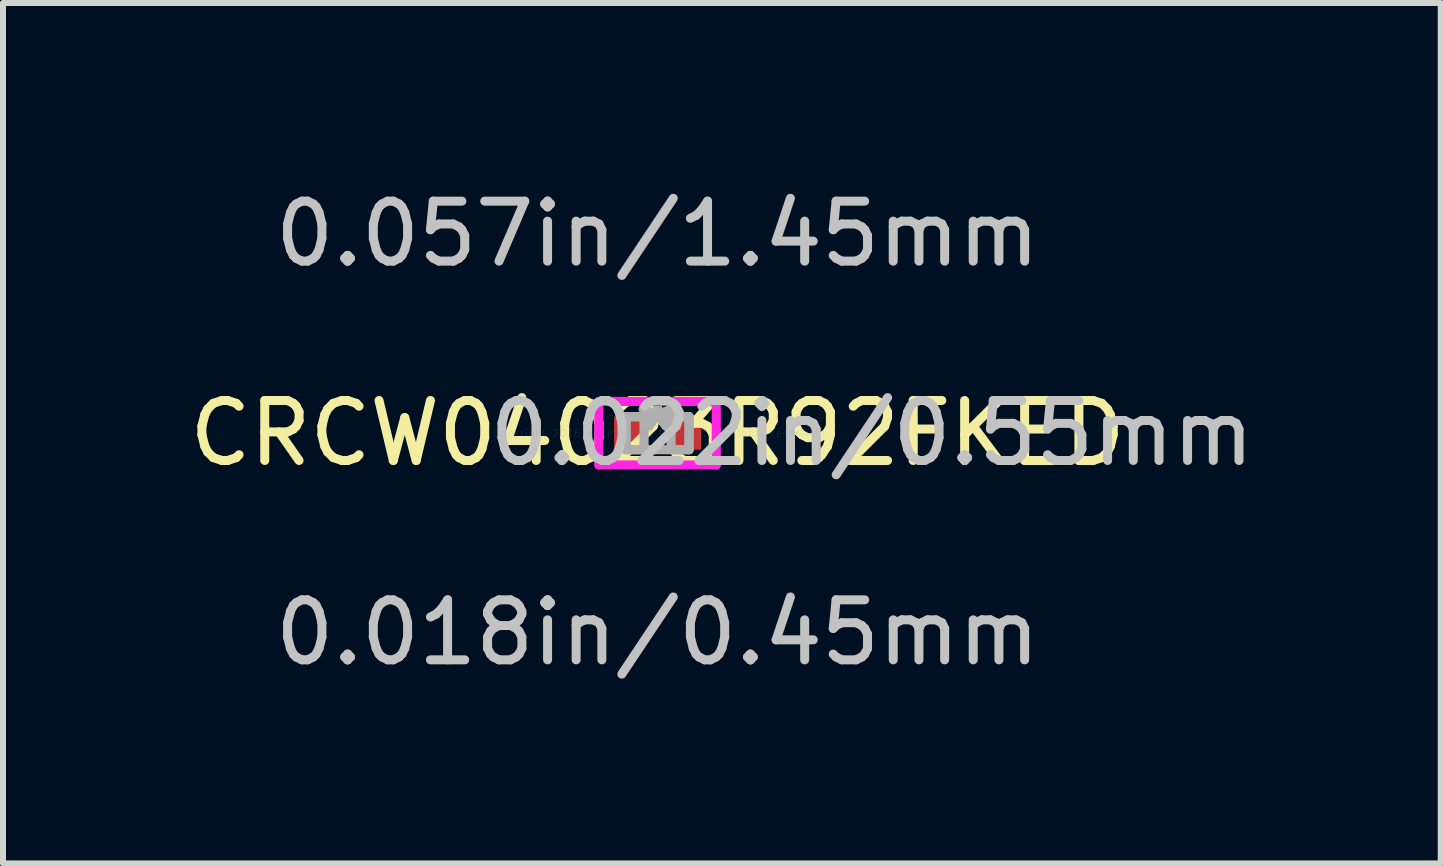
<source format=kicad_pcb>
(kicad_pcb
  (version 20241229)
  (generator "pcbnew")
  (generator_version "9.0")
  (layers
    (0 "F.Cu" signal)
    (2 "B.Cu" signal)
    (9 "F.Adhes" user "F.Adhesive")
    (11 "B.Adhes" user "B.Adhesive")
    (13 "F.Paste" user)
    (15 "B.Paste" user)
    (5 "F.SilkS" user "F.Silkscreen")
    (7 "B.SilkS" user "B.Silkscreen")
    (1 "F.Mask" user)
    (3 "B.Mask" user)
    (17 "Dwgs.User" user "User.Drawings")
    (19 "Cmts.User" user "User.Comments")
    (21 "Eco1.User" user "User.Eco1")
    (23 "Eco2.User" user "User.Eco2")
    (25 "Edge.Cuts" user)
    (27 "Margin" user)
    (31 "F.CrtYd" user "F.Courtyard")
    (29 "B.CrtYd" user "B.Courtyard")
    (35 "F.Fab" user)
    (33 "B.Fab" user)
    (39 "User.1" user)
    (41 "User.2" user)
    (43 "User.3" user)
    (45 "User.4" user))
  (footprint "CRCW04023R92FKED"
    (layer "F.Cu")
    (at 7.911 4.171)
    (property "Reference" "CRCW04023R92FKED" (at 0 0 0) (layer "F.SilkS") (effects (font (size 1 1) (thickness 0.15))))
    (attr through_hole)
    (fp_line (start -0.979 -0.529) (end 0.979 -0.529) (stroke (width 0.152) (type solid)) (layer "F.CrtYd"))
    (fp_line (start -0.979 0.529) (end -0.979 -0.529) (stroke (width 0.152) (type solid)) (layer "F.CrtYd"))
    (fp_line (start 0.979 -0.529) (end 0.979 0.529) (stroke (width 0.152) (type solid)) (layer "F.CrtYd"))
    (fp_line (start 0.979 0.529) (end -0.979 0.529) (stroke (width 0.152) (type solid)) (layer "F.CrtYd"))
    (fp_line (start -0.525 -0.275) (end -0.525 0.275) (stroke (width 0.152) (type solid)) (layer "F.Fab"))
    (fp_line (start -0.525 -0.275) (end -0.525 0.275) (stroke (width 0.152) (type solid)) (layer "F.Fab"))
    (fp_line (start -0.525 0.275) (end -0.225 0.275) (stroke (width 0.152) (type solid)) (layer "F.Fab"))
    (fp_line (start -0.525 0.275) (end 0.525 0.275) (stroke (width 0.152) (type solid)) (layer "F.Fab"))
    (fp_line (start -0.225 -0.275) (end -0.525 -0.275) (stroke (width 0.152) (type solid)) (layer "F.Fab"))
    (fp_line (start -0.225 0.275) (end -0.225 -0.275) (stroke (width 0.152) (type solid)) (layer "F.Fab"))
    (fp_line (start 0.225 -0.275) (end 0.225 0.275) (stroke (width 0.152) (type solid)) (layer "F.Fab"))
    (fp_line (start 0.225 0.275) (end 0.525 0.275) (stroke (width 0.152) (type solid)) (layer "F.Fab"))
    (fp_line (start 0.525 -0.275) (end -0.525 -0.275) (stroke (width 0.152) (type solid)) (layer "F.Fab"))
    (fp_line (start 0.525 -0.275) (end 0.225 -0.275) (stroke (width 0.152) (type solid)) (layer "F.Fab"))
    (fp_line (start 0.525 0.275) (end 0.525 -0.275) (stroke (width 0.152) (type solid)) (layer "F.Fab"))
    (fp_line (start 0.525 0.275) (end 0.525 -0.275) (stroke (width 0.152) (type solid)) (layer "F.Fab"))
    (fp_text user "*" (at 0 0 0) (layer "F.SilkS") (effects (font (size 1 1) (thickness 0.15))))
    (fp_text user "0.022in/0.55mm" (at 3.573 0 0) (layer "Dwgs.User") (effects (font (size 1 1) (thickness 0.15))))
    (fp_text user "0.018in/0.45mm" (at 0 3.323 0) (layer "Dwgs.User") (effects (font (size 1 1) (thickness 0.15))))
    (fp_text user "0.057in/1.45mm" (at 0 -3.323 0) (layer "Dwgs.User") (effects (font (size 1 1) (thickness 0.15))))
    (fp_text user "Copyright 2016 Accelerated Designs. All rights reserved." (at 0 0 0) (layer "Cmts.User") (effects (font (size 0.127 0.127) (thickness 0.002))))
    (fp_text user "*" (at 0 0 0) (layer "F.Fab") (effects (font (size 1 1) (thickness 0.15))))
    (pad "1" smd rect (at -0.475 0) (size 0.5 0.55) (layers "F.Cu" "F.Mask" "F.Paste"))
    (pad "2" smd rect (at 0.475 0) (size 0.5 0.55) (layers "F.Cu" "F.Mask" "F.Paste")))
  (gr_rect
    (start -3 -3)
    (end 20.966 11.342)
    (stroke (width 0.1) (type default))
    (fill no)
    (layer "Edge.Cuts")))
</source>
